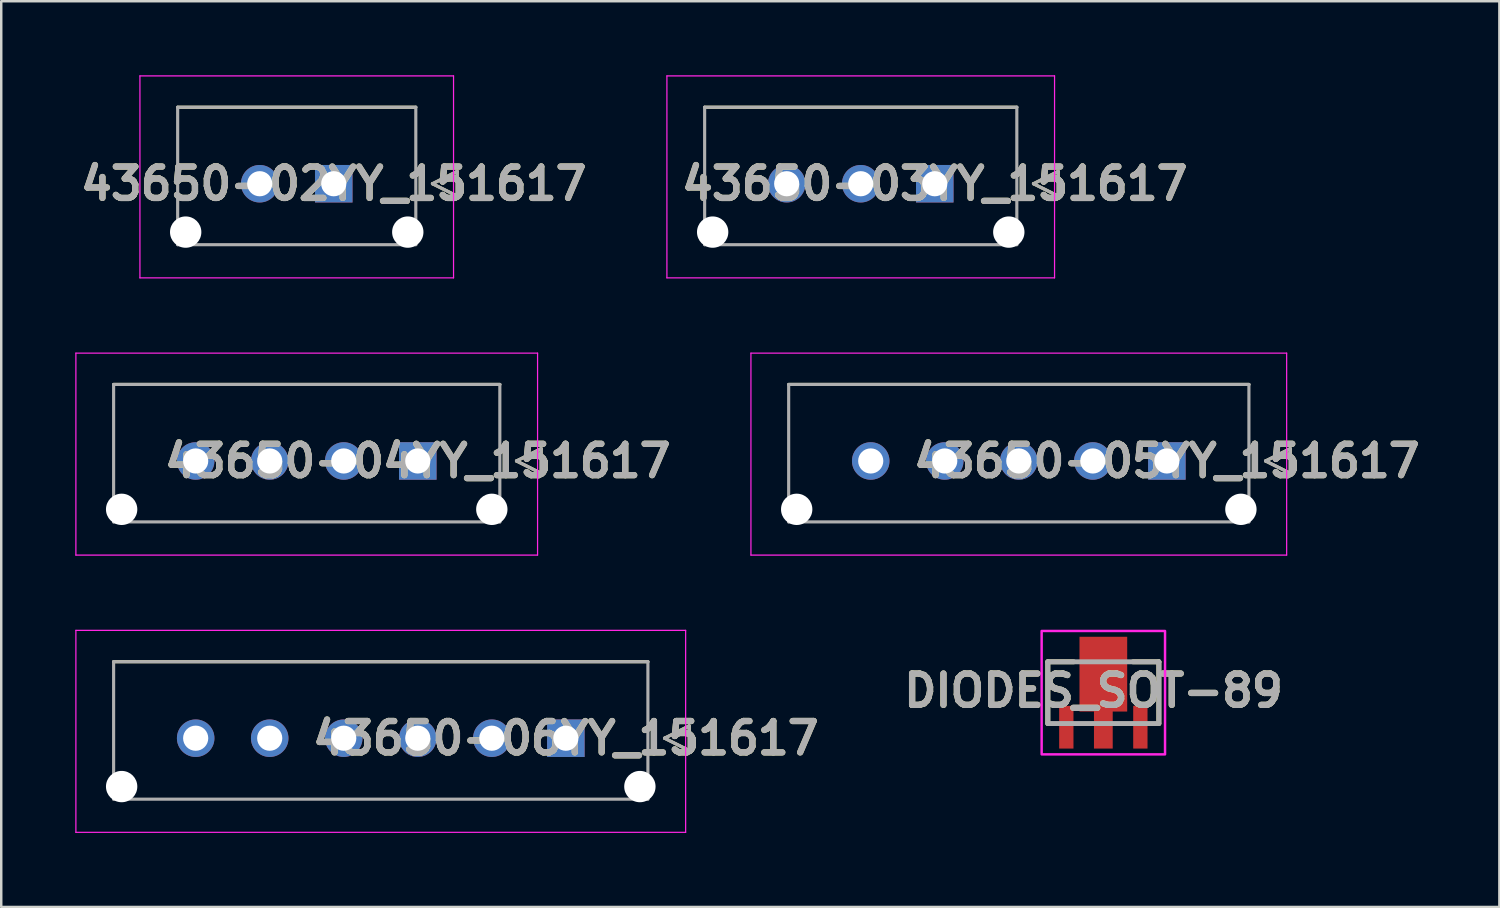
<source format=kicad_pcb>
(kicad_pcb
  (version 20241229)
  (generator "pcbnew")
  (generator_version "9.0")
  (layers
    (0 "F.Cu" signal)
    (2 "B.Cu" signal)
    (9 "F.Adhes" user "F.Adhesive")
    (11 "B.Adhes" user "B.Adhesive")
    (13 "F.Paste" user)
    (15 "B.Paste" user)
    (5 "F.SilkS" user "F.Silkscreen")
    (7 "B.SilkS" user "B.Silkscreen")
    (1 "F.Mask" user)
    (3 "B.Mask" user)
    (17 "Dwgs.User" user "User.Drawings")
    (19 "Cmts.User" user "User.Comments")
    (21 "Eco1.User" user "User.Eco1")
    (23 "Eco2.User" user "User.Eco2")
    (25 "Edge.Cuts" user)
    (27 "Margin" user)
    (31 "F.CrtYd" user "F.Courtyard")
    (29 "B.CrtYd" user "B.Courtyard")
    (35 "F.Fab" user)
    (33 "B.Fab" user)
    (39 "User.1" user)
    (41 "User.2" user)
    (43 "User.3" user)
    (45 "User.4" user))
  (footprint "43650-06YY_151617"
    (layer "F.Cu")
    (at 19.879 26.863)
    (property "Reference" "43650-06YY_151617" (at 0 0 0) (layer "F.SilkS") (effects (font (size 1.27 1.27) (thickness 0.254))))
    (attr through_hole)
    (fp_line (start -18.325 -3.1) (end 3.325 -3.1) (stroke (width 0.127) (type solid)) (layer "F.SilkS"))
    (fp_line (start 4 0) (end 5 -0.5) (stroke (width 0.127) (type solid)) (layer "F.SilkS"))
    (fp_line (start 5 -0.5) (end 5 0.5) (stroke (width 0.127) (type solid)) (layer "F.SilkS"))
    (fp_line (start 5 0.5) (end 4 0) (stroke (width 0.127) (type solid)) (layer "F.SilkS"))
    (fp_line (start -19.854 -4.37) (end 4.854 -4.37) (stroke (width 0.05) (type solid)) (layer "F.CrtYd"))
    (fp_line (start -19.854 3.814) (end -19.854 -4.37) (stroke (width 0.05) (type solid)) (layer "F.CrtYd"))
    (fp_line (start 4.854 -4.37) (end 4.854 3.814) (stroke (width 0.05) (type solid)) (layer "F.CrtYd"))
    (fp_line (start 4.854 3.814) (end -19.854 3.814) (stroke (width 0.05) (type solid)) (layer "F.CrtYd"))
    (fp_line (start -18.325 -3.1) (end 3.325 -3.1) (stroke (width 0.127) (type solid)) (layer "F.Fab"))
    (fp_line (start -18.325 2.47) (end -18.325 -3.1) (stroke (width 0.127) (type solid)) (layer "F.Fab"))
    (fp_line (start 3.325 -3.1) (end 3.325 2.47) (stroke (width 0.127) (type solid)) (layer "F.Fab"))
    (fp_line (start 3.325 2.47) (end -18.325 2.47) (stroke (width 0.127) (type solid)) (layer "F.Fab"))
    (fp_line (start 4 0) (end 5 -0.5) (stroke (width 0.127) (type solid)) (layer "F.Fab"))
    (fp_line (start 5 -0.5) (end 5 0.5) (stroke (width 0.127) (type solid)) (layer "F.Fab"))
    (fp_line (start 5 0.5) (end 4 0) (stroke (width 0.127) (type solid)) (layer "F.Fab"))
    (fp_text user "${REFERENCE}" (at 0 0 0) (layer "F.Fab") (effects (font (size 1.27 1.27) (thickness 0.254))))
    (pad "" np_thru_hole circle (at -18 1.96) (size 1.27 1.27) (drill 1.27) (layers "*.Cu" "*.Mask"))
    (pad "" np_thru_hole circle (at 3 1.96) (size 1.27 1.27) (drill 1.27) (layers "*.Cu" "*.Mask"))
    (pad "1" thru_hole rect (at 0 0) (size 1.52 1.52) (drill 1.02) (layers "*.Cu" "*.Mask"))
    (pad "2" thru_hole circle (at -3 0) (size 1.52 1.52) (drill 1.02) (layers "*.Cu" "*.Mask"))
    (pad "3" thru_hole circle (at -6 0) (size 1.52 1.52) (drill 1.02) (layers "*.Cu" "*.Mask"))
    (pad "4" thru_hole circle (at -9 0) (size 1.52 1.52) (drill 1.02) (layers "*.Cu" "*.Mask"))
    (pad "5" thru_hole circle (at -12 0) (size 1.52 1.52) (drill 1.02) (layers "*.Cu" "*.Mask"))
    (pad "6" thru_hole circle (at -15 0) (size 1.52 1.52) (drill 1.02) (layers "*.Cu" "*.Mask")))
  (footprint "43650-02YY_151617"
    (layer "F.Cu")
    (at 10.474 4.395)
    (property "Reference" "43650-02YY_151617" (at 0 0 0) (layer "F.SilkS") (effects (font (size 1.27 1.27) (thickness 0.254))))
    (attr through_hole)
    (fp_line (start -6.325 -3.1) (end 3.325 -3.1) (stroke (width 0.127) (type solid)) (layer "F.SilkS"))
    (fp_line (start 4 0) (end 5 -0.5) (stroke (width 0.127) (type solid)) (layer "F.SilkS"))
    (fp_line (start 5 -0.5) (end 5 0.5) (stroke (width 0.127) (type solid)) (layer "F.SilkS"))
    (fp_line (start 5 0.5) (end 4 0) (stroke (width 0.127) (type solid)) (layer "F.SilkS"))
    (fp_line (start -7.854 -4.37) (end 4.854 -4.37) (stroke (width 0.05) (type solid)) (layer "F.CrtYd"))
    (fp_line (start -7.854 3.814) (end -7.854 -4.37) (stroke (width 0.05) (type solid)) (layer "F.CrtYd"))
    (fp_line (start 4.854 -4.37) (end 4.854 3.814) (stroke (width 0.05) (type solid)) (layer "F.CrtYd"))
    (fp_line (start 4.854 3.814) (end -7.854 3.814) (stroke (width 0.05) (type solid)) (layer "F.CrtYd"))
    (fp_line (start -6.325 -3.1) (end 3.325 -3.1) (stroke (width 0.127) (type solid)) (layer "F.Fab"))
    (fp_line (start -6.325 2.47) (end -6.325 -3.1) (stroke (width 0.127) (type solid)) (layer "F.Fab"))
    (fp_line (start 3.325 -3.1) (end 3.325 2.47) (stroke (width 0.127) (type solid)) (layer "F.Fab"))
    (fp_line (start 3.325 2.47) (end -6.325 2.47) (stroke (width 0.127) (type solid)) (layer "F.Fab"))
    (fp_line (start 4 0) (end 5 -0.5) (stroke (width 0.127) (type solid)) (layer "F.Fab"))
    (fp_line (start 5 -0.5) (end 5 0.5) (stroke (width 0.127) (type solid)) (layer "F.Fab"))
    (fp_line (start 5 0.5) (end 4 0) (stroke (width 0.127) (type solid)) (layer "F.Fab"))
    (fp_text user "${REFERENCE}" (at 0 0 0) (layer "F.Fab") (effects (font (size 1.27 1.27) (thickness 0.254))))
    (pad "" np_thru_hole circle (at -6 1.96) (size 1.27 1.27) (drill 1.27) (layers "*.Cu" "*.Mask"))
    (pad "" np_thru_hole circle (at 3 1.96) (size 1.27 1.27) (drill 1.27) (layers "*.Cu" "*.Mask"))
    (pad "1" thru_hole rect (at 0 0) (size 1.52 1.52) (drill 1.02) (layers "*.Cu" "*.Mask"))
    (pad "2" thru_hole circle (at -3 0) (size 1.52 1.52) (drill 1.02) (layers "*.Cu" "*.Mask")))
  (footprint "43650-04YY_151617"
    (layer "F.Cu")
    (at 13.879 15.629)
    (property "Reference" "43650-04YY_151617" (at 0 0 0) (layer "F.SilkS") (effects (font (size 1.27 1.27) (thickness 0.254))))
    (attr through_hole)
    (fp_line (start -12.325 -3.1) (end 3.325 -3.1) (stroke (width 0.127) (type solid)) (layer "F.SilkS"))
    (fp_line (start 4 0) (end 5 -0.5) (stroke (width 0.127) (type solid)) (layer "F.SilkS"))
    (fp_line (start 5 -0.5) (end 5 0.5) (stroke (width 0.127) (type solid)) (layer "F.SilkS"))
    (fp_line (start 5 0.5) (end 4 0) (stroke (width 0.127) (type solid)) (layer "F.SilkS"))
    (fp_line (start -13.854 -4.37) (end 4.854 -4.37) (stroke (width 0.05) (type solid)) (layer "F.CrtYd"))
    (fp_line (start -13.854 3.814) (end -13.854 -4.37) (stroke (width 0.05) (type solid)) (layer "F.CrtYd"))
    (fp_line (start 4.854 -4.37) (end 4.854 3.814) (stroke (width 0.05) (type solid)) (layer "F.CrtYd"))
    (fp_line (start 4.854 3.814) (end -13.854 3.814) (stroke (width 0.05) (type solid)) (layer "F.CrtYd"))
    (fp_line (start -12.325 -3.1) (end 3.325 -3.1) (stroke (width 0.127) (type solid)) (layer "F.Fab"))
    (fp_line (start -12.325 2.47) (end -12.325 -3.1) (stroke (width 0.127) (type solid)) (layer "F.Fab"))
    (fp_line (start 3.325 -3.1) (end 3.325 2.47) (stroke (width 0.127) (type solid)) (layer "F.Fab"))
    (fp_line (start 3.325 2.47) (end -12.325 2.47) (stroke (width 0.127) (type solid)) (layer "F.Fab"))
    (fp_line (start 4 0) (end 5 -0.5) (stroke (width 0.127) (type solid)) (layer "F.Fab"))
    (fp_line (start 5 -0.5) (end 5 0.5) (stroke (width 0.127) (type solid)) (layer "F.Fab"))
    (fp_line (start 5 0.5) (end 4 0) (stroke (width 0.127) (type solid)) (layer "F.Fab"))
    (fp_text user "${REFERENCE}" (at 0 0 0) (layer "F.Fab") (effects (font (size 1.27 1.27) (thickness 0.254))))
    (pad "" np_thru_hole circle (at -12 1.96) (size 1.27 1.27) (drill 1.27) (layers "*.Cu" "*.Mask"))
    (pad "" np_thru_hole circle (at 3 1.96) (size 1.27 1.27) (drill 1.27) (layers "*.Cu" "*.Mask"))
    (pad "1" thru_hole rect (at 0 0) (size 1.52 1.52) (drill 1.02) (layers "*.Cu" "*.Mask"))
    (pad "2" thru_hole circle (at -3 0) (size 1.52 1.52) (drill 1.02) (layers "*.Cu" "*.Mask"))
    (pad "3" thru_hole circle (at -6 0) (size 1.52 1.52) (drill 1.02) (layers "*.Cu" "*.Mask"))
    (pad "4" thru_hole circle (at -9 0) (size 1.52 1.52) (drill 1.02) (layers "*.Cu" "*.Mask")))
  (footprint "43650-05YY_151617"
    (layer "F.Cu")
    (at 44.233 15.629)
    (property "Reference" "43650-05YY_151617" (at 0 0 0) (layer "F.SilkS") (effects (font (size 1.27 1.27) (thickness 0.254))))
    (attr through_hole)
    (fp_line (start -15.325 -3.1) (end 3.325 -3.1) (stroke (width 0.127) (type solid)) (layer "F.SilkS"))
    (fp_line (start 4 0) (end 5 -0.5) (stroke (width 0.127) (type solid)) (layer "F.SilkS"))
    (fp_line (start 5 -0.5) (end 5 0.5) (stroke (width 0.127) (type solid)) (layer "F.SilkS"))
    (fp_line (start 5 0.5) (end 4 0) (stroke (width 0.127) (type solid)) (layer "F.SilkS"))
    (fp_line (start -16.854 -4.37) (end 4.854 -4.37) (stroke (width 0.05) (type solid)) (layer "F.CrtYd"))
    (fp_line (start -16.854 3.814) (end -16.854 -4.37) (stroke (width 0.05) (type solid)) (layer "F.CrtYd"))
    (fp_line (start 4.854 -4.37) (end 4.854 3.814) (stroke (width 0.05) (type solid)) (layer "F.CrtYd"))
    (fp_line (start 4.854 3.814) (end -16.854 3.814) (stroke (width 0.05) (type solid)) (layer "F.CrtYd"))
    (fp_line (start -15.325 -3.1) (end 3.325 -3.1) (stroke (width 0.127) (type solid)) (layer "F.Fab"))
    (fp_line (start -15.325 2.47) (end -15.325 -3.1) (stroke (width 0.127) (type solid)) (layer "F.Fab"))
    (fp_line (start 3.325 -3.1) (end 3.325 2.47) (stroke (width 0.127) (type solid)) (layer "F.Fab"))
    (fp_line (start 3.325 2.47) (end -15.325 2.47) (stroke (width 0.127) (type solid)) (layer "F.Fab"))
    (fp_line (start 4 0) (end 5 -0.5) (stroke (width 0.127) (type solid)) (layer "F.Fab"))
    (fp_line (start 5 -0.5) (end 5 0.5) (stroke (width 0.127) (type solid)) (layer "F.Fab"))
    (fp_line (start 5 0.5) (end 4 0) (stroke (width 0.127) (type solid)) (layer "F.Fab"))
    (fp_text user "${REFERENCE}" (at 0 0 0) (layer "F.Fab") (effects (font (size 1.27 1.27) (thickness 0.254))))
    (pad "" np_thru_hole circle (at -15 1.96) (size 1.27 1.27) (drill 1.27) (layers "*.Cu" "*.Mask"))
    (pad "" np_thru_hole circle (at 3 1.96) (size 1.27 1.27) (drill 1.27) (layers "*.Cu" "*.Mask"))
    (pad "1" thru_hole rect (at 0 0) (size 1.52 1.52) (drill 1.02) (layers "*.Cu" "*.Mask"))
    (pad "2" thru_hole circle (at -3 0) (size 1.52 1.52) (drill 1.02) (layers "*.Cu" "*.Mask"))
    (pad "3" thru_hole circle (at -6 0) (size 1.52 1.52) (drill 1.02) (layers "*.Cu" "*.Mask"))
    (pad "4" thru_hole circle (at -9 0) (size 1.52 1.52) (drill 1.02) (layers "*.Cu" "*.Mask"))
    (pad "5" thru_hole circle (at -12 0) (size 1.52 1.52) (drill 1.02) (layers "*.Cu" "*.Mask")))
  (footprint "DIODES_SOT-89"
    (layer "F.Cu")
    (at 41.659 25.018)
    (property "Reference" "DIODES_SOT-89" (at -0.401 -0.08 0) (layer "F.SilkS") (effects (font (size 1.27 1.27) (thickness 0.254))))
    (attr smd)
    (fp_line (start -2.25 -1.25) (end -1.202 -1.25) (stroke (width 0.2) (type solid)) (layer "F.SilkS"))
    (fp_line (start -2.25 1.25) (end -2.25 -1.25) (stroke (width 0.2) (type solid)) (layer "F.SilkS"))
    (fp_line (start 2.25 -1.25) (end 1.202 -1.25) (stroke (width 0.2) (type solid)) (layer "F.SilkS"))
    (fp_line (start 2.25 -1.25) (end 2.25 1.25) (stroke (width 0.2) (type solid)) (layer "F.SilkS"))
    (fp_rect (start -2.5 -2.5) (end 2.5 2.5) (stroke (width 0.1) (type solid)) (fill no) (layer "F.CrtYd"))
    (fp_line (start -2.25 -1.25) (end 2.25 -1.25) (stroke (width 0.2) (type solid)) (layer "F.Fab"))
    (fp_line (start -2.25 1.25) (end -2.25 -1.25) (stroke (width 0.2) (type solid)) (layer "F.Fab"))
    (fp_line (start 2.25 -1.25) (end 2.25 1.25) (stroke (width 0.2) (type solid)) (layer "F.Fab"))
    (fp_line (start 2.25 1.25) (end -2.25 1.25) (stroke (width 0.2) (type solid)) (layer "F.Fab"))
    (fp_text user "${REFERENCE}" (at -0.401 -0.08 0) (layer "F.Fab") (effects (font (size 1.27 1.27) (thickness 0.254))))
    (pad "1" smd rect (at -1.5 1.4) (size 0.58 1.73) (layers "F.Cu" "F.Mask" "F.Paste"))
    (pad "2" smd custom (at 0 -0.75) (size 1.933 3.03) (layers "F.Cu" "F.Mask" "F.Paste") (options (anchor rect)) (primitives (gr_rect (start -0.38 1.015) (end 0.38 3.015) (width 0) (fill yes))))
    (pad "3" smd rect (at 1.5 1.4) (size 0.58 1.73) (layers "F.Cu" "F.Mask" "F.Paste")))
  (footprint "43650-03YY_151617"
    (layer "F.Cu")
    (at 34.828 4.395)
    (property "Reference" "43650-03YY_151617" (at 0 0 0) (layer "F.SilkS") (effects (font (size 1.27 1.27) (thickness 0.254))))
    (attr through_hole)
    (fp_line (start -9.325 -3.1) (end 3.325 -3.1) (stroke (width 0.127) (type solid)) (layer "F.SilkS"))
    (fp_line (start 4 0) (end 5 -0.5) (stroke (width 0.127) (type solid)) (layer "F.SilkS"))
    (fp_line (start 5 -0.5) (end 5 0.5) (stroke (width 0.127) (type solid)) (layer "F.SilkS"))
    (fp_line (start 5 0.5) (end 4 0) (stroke (width 0.127) (type solid)) (layer "F.SilkS"))
    (fp_line (start -10.854 -4.37) (end 4.854 -4.37) (stroke (width 0.05) (type solid)) (layer "F.CrtYd"))
    (fp_line (start -10.854 3.814) (end -10.854 -4.37) (stroke (width 0.05) (type solid)) (layer "F.CrtYd"))
    (fp_line (start 4.854 -4.37) (end 4.854 3.814) (stroke (width 0.05) (type solid)) (layer "F.CrtYd"))
    (fp_line (start 4.854 3.814) (end -10.854 3.814) (stroke (width 0.05) (type solid)) (layer "F.CrtYd"))
    (fp_line (start -9.325 -3.1) (end 3.325 -3.1) (stroke (width 0.127) (type solid)) (layer "F.Fab"))
    (fp_line (start -9.325 2.47) (end -9.325 -3.1) (stroke (width 0.127) (type solid)) (layer "F.Fab"))
    (fp_line (start 3.325 -3.1) (end 3.325 2.47) (stroke (width 0.127) (type solid)) (layer "F.Fab"))
    (fp_line (start 3.325 2.47) (end -9.325 2.47) (stroke (width 0.127) (type solid)) (layer "F.Fab"))
    (fp_line (start 4 0) (end 5 -0.5) (stroke (width 0.127) (type solid)) (layer "F.Fab"))
    (fp_line (start 5 -0.5) (end 5 0.5) (stroke (width 0.127) (type solid)) (layer "F.Fab"))
    (fp_line (start 5 0.5) (end 4 0) (stroke (width 0.127) (type solid)) (layer "F.Fab"))
    (fp_text user "${REFERENCE}" (at 0 0 0) (layer "F.Fab") (effects (font (size 1.27 1.27) (thickness 0.254))))
    (pad "" np_thru_hole circle (at -9 1.96) (size 1.27 1.27) (drill 1.27) (layers "*.Cu" "*.Mask"))
    (pad "" np_thru_hole circle (at 3 1.96) (size 1.27 1.27) (drill 1.27) (layers "*.Cu" "*.Mask"))
    (pad "1" thru_hole rect (at 0 0) (size 1.52 1.52) (drill 1.02) (layers "*.Cu" "*.Mask"))
    (pad "2" thru_hole circle (at -3 0) (size 1.52 1.52) (drill 1.02) (layers "*.Cu" "*.Mask"))
    (pad "3" thru_hole circle (at -6 0) (size 1.52 1.52) (drill 1.02) (layers "*.Cu" "*.Mask")))
  (gr_rect
    (start -3 -3)
    (end 57.707 33.703)
    (stroke (width 0.1) (type default))
    (fill no)
    (layer "Edge.Cuts")))
</source>
